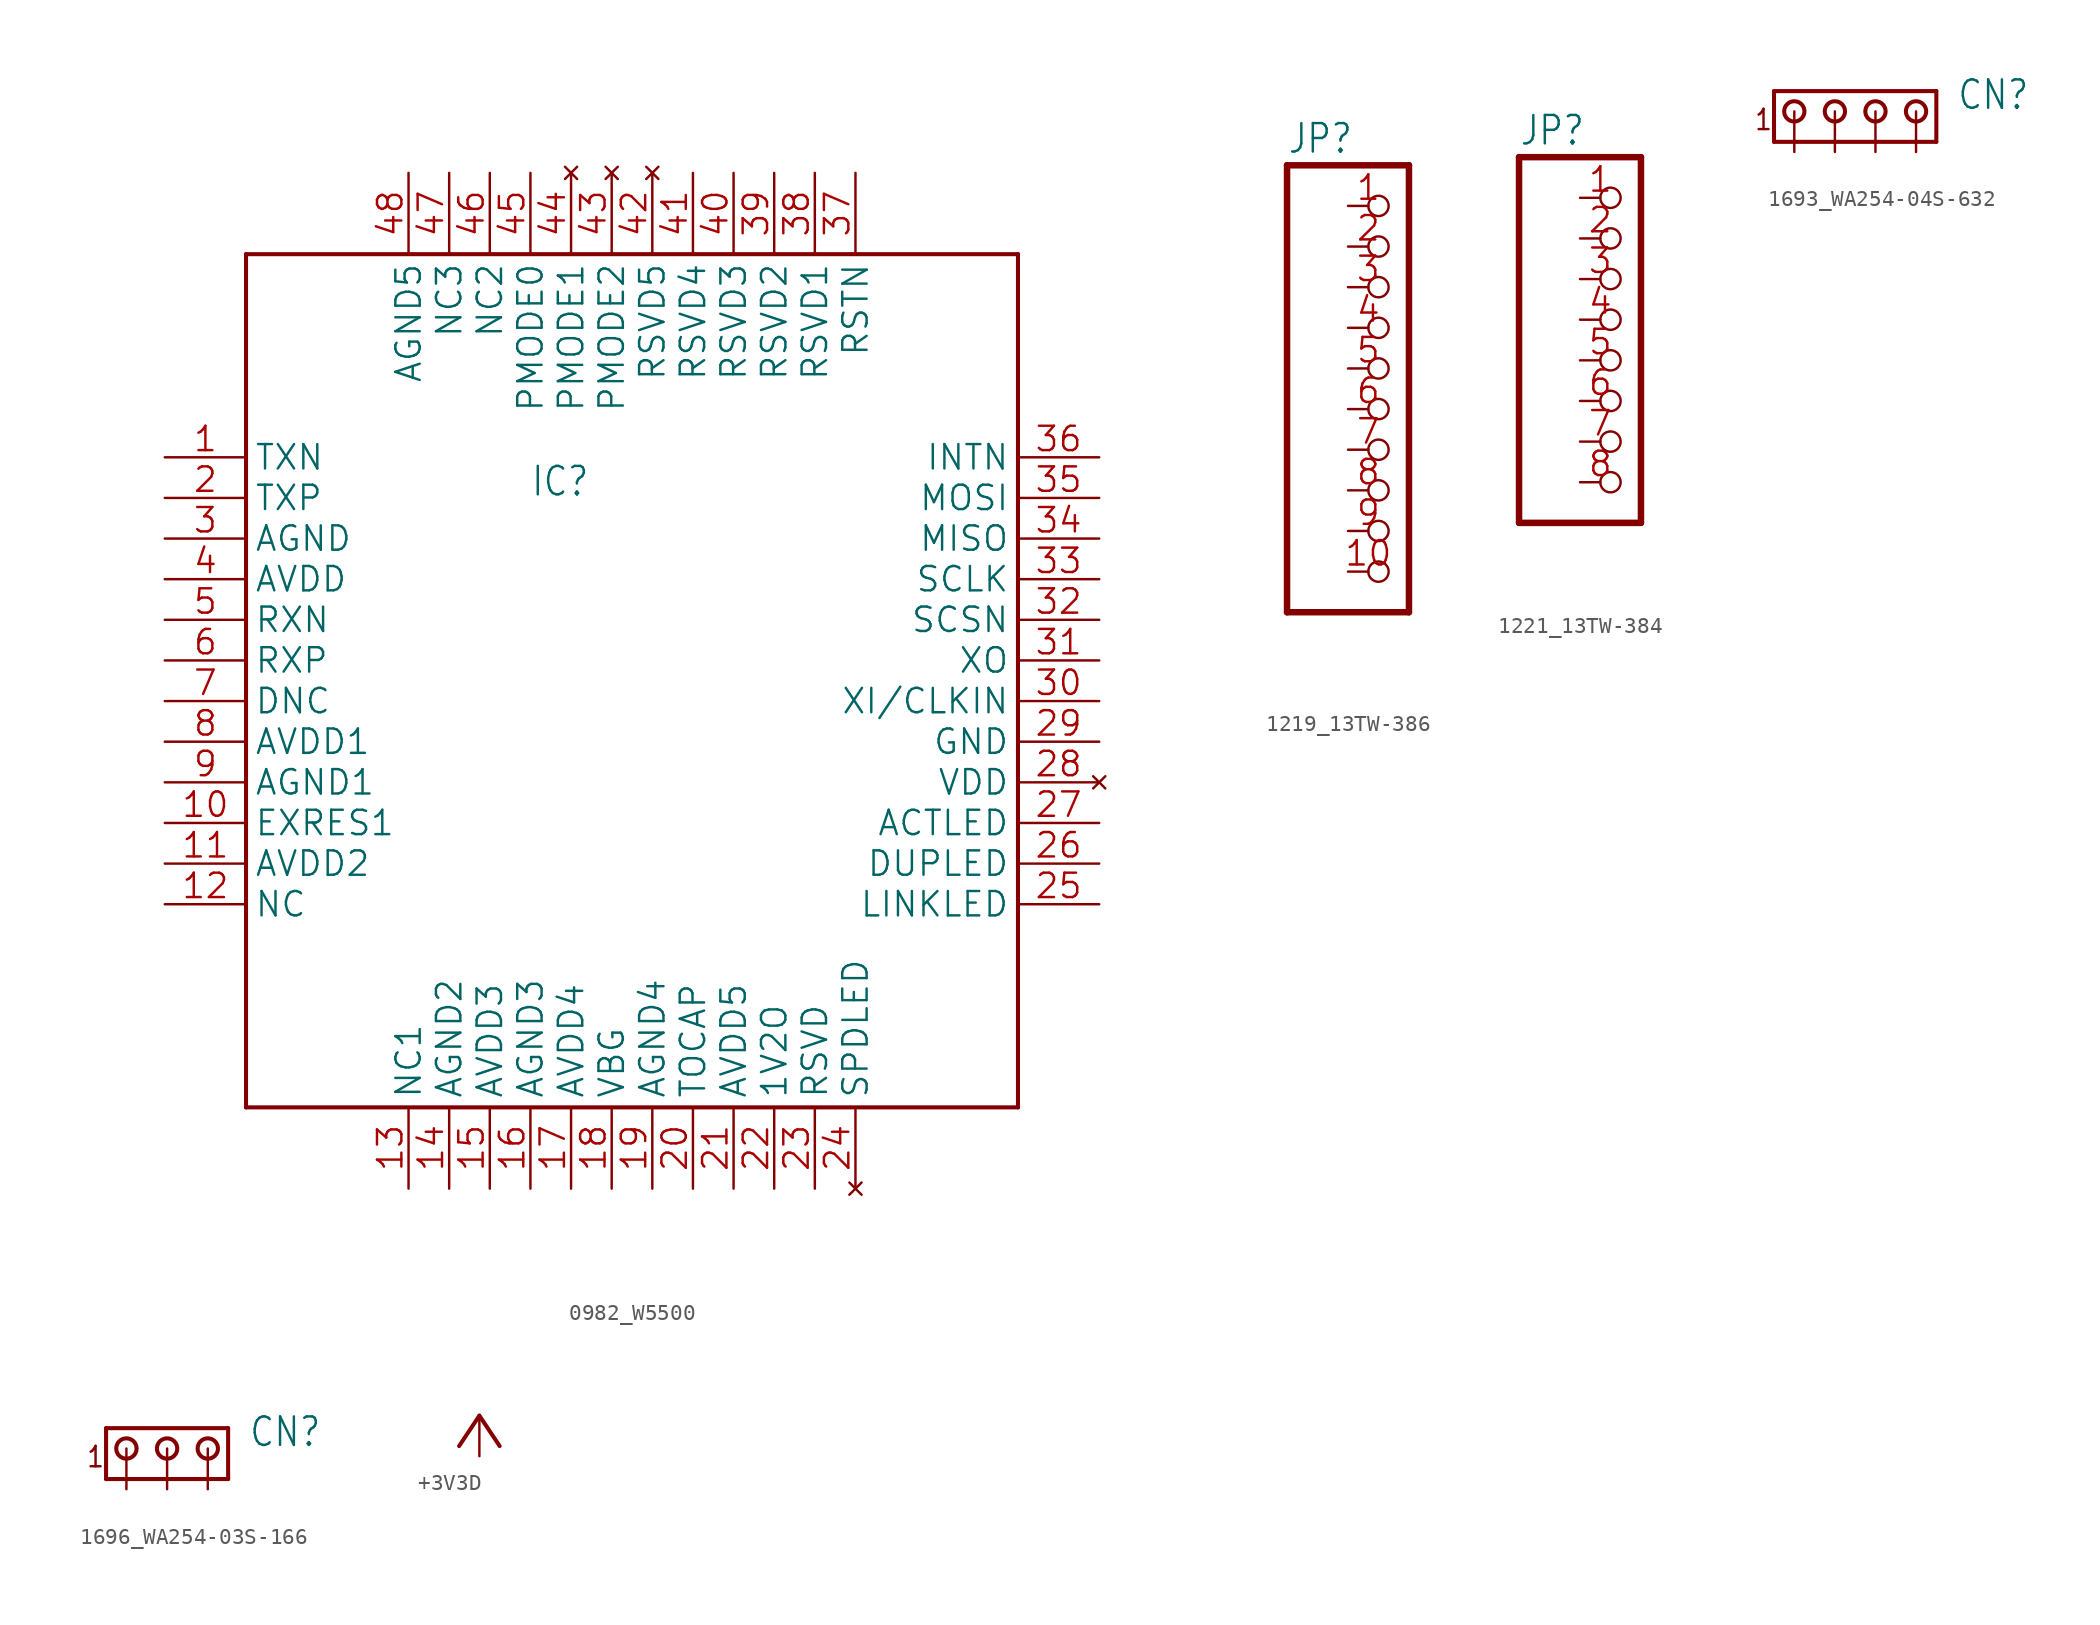
<source format=kicad_sym>
(kicad_symbol_lib
  (version 20241209)
  (generator "kicad_symbol_editor")
  (generator_version "9.0")
  (symbol "0982_W5500"
    (property "Reference" "IC"
      (at -7.62 10.16 0)
      (effects (font (size 1.778 1.511)) (justify left bottom)))
    (property "Value" ""
      (at -7.62 2.54 0)
      (effects (font (size 1.778 1.511)) (justify left bottom)))
    (property "ki_locked" ""
      (at 0 0 0)
      (effects (font (size 1.27 1.27))))
    (symbol "0982_W5500_1_0"
      (polyline (pts (xy -25.4 25.4) (xy 22.86 25.4)) (stroke (width 0.254) (type solid)) (fill (type none)))
      (polyline (pts (xy -25.4 -27.94) (xy -25.4 25.4)) (stroke (width 0.254) (type solid)) (fill (type none)))
      (polyline (pts (xy 22.86 25.4) (xy 22.86 -27.94)) (stroke (width 0.254) (type solid)) (fill (type none)))
      (polyline (pts (xy 22.86 -27.94) (xy -25.4 -27.94)) (stroke (width 0.254) (type solid)) (fill (type none)))
      (pin input line (at -30.48 12.7 0) (length 5.08) (name "TXN" (effects (font (size 1.524 1.524)))) (number "1" (effects (font (size 1.524 1.524)))))
      (pin input line (at -30.48 10.16 0) (length 5.08) (name "TXP" (effects (font (size 1.524 1.524)))) (number "2" (effects (font (size 1.524 1.524)))))
      (pin input line (at -30.48 7.62 0) (length 5.08) (name "AGND" (effects (font (size 1.524 1.524)))) (number "3" (effects (font (size 1.524 1.524)))))
      (pin input line (at -30.48 5.08 0) (length 5.08) (name "AVDD" (effects (font (size 1.524 1.524)))) (number "4" (effects (font (size 1.524 1.524)))))
      (pin input line (at -30.48 2.54 0) (length 5.08) (name "RXN" (effects (font (size 1.524 1.524)))) (number "5" (effects (font (size 1.524 1.524)))))
      (pin input line (at -30.48 0 0) (length 5.08) (name "RXP" (effects (font (size 1.524 1.524)))) (number "6" (effects (font (size 1.524 1.524)))))
      (pin output line (at -30.48 -2.54 0) (length 5.08) (name "DNC" (effects (font (size 1.524 1.524)))) (number "7" (effects (font (size 1.524 1.524)))))
      (pin input line (at -30.48 -5.08 0) (length 5.08) (name "AVDD1" (effects (font (size 1.524 1.524)))) (number "8" (effects (font (size 1.524 1.524)))))
      (pin input line (at -30.48 -7.62 0) (length 5.08) (name "AGND1" (effects (font (size 1.524 1.524)))) (number "9" (effects (font (size 1.524 1.524)))))
      (pin input line (at -30.48 -10.16 0) (length 5.08) (name "EXRES1" (effects (font (size 1.524 1.524)))) (number "10" (effects (font (size 1.524 1.524)))))
      (pin input line (at -30.48 -12.7 0) (length 5.08) (name "AVDD2" (effects (font (size 1.524 1.524)))) (number "11" (effects (font (size 1.524 1.524)))))
      (pin power_in line (at -30.48 -15.24 0) (length 5.08) (name "NC" (effects (font (size 1.524 1.524)))) (number "12" (effects (font (size 1.524 1.524)))))
      (pin input line (at -15.24 30.48 270) (length 5.08) (name "AGND5" (effects (font (size 1.524 1.524)))) (number "48" (effects (font (size 1.524 1.524)))))
      (pin input line (at -15.24 -33.02 90) (length 5.08) (name "NC1" (effects (font (size 1.524 1.524)))) (number "13" (effects (font (size 1.524 1.524)))))
      (pin input line (at -12.7 30.48 270) (length 5.08) (name "NC3" (effects (font (size 1.524 1.524)))) (number "47" (effects (font (size 1.524 1.524)))))
      (pin input line (at -12.7 -33.02 90) (length 5.08) (name "AGND2" (effects (font (size 1.524 1.524)))) (number "14" (effects (font (size 1.524 1.524)))))
      (pin input line (at -10.16 30.48 270) (length 5.08) (name "NC2" (effects (font (size 1.524 1.524)))) (number "46" (effects (font (size 1.524 1.524)))))
      (pin output line (at -10.16 -33.02 90) (length 5.08) (name "AVDD3" (effects (font (size 1.524 1.524)))) (number "15" (effects (font (size 1.524 1.524)))))
      (pin input line (at -7.62 30.48 270) (length 5.08) (name "PMODE0" (effects (font (size 1.524 1.524)))) (number "45" (effects (font (size 1.524 1.524)))))
      (pin output line (at -7.62 -33.02 90) (length 5.08) (name "AGND3" (effects (font (size 1.524 1.524)))) (number "16" (effects (font (size 1.524 1.524)))))
      (pin no_connect line (at -5.08 30.48 270) (length 5.08) (name "PMODE1" (effects (font (size 1.524 1.524)))) (number "44" (effects (font (size 1.524 1.524)))))
      (pin output line (at -5.08 -33.02 90) (length 5.08) (name "AVDD4" (effects (font (size 1.524 1.524)))) (number "17" (effects (font (size 1.524 1.524)))))
      (pin no_connect line (at -2.54 30.48 270) (length 5.08) (name "PMODE2" (effects (font (size 1.524 1.524)))) (number "43" (effects (font (size 1.524 1.524)))))
      (pin input line (at -2.54 -33.02 90) (length 5.08) (name "VBG" (effects (font (size 1.524 1.524)))) (number "18" (effects (font (size 1.524 1.524)))))
      (pin no_connect line (at 0 30.48 270) (length 5.08) (name "RSVD5" (effects (font (size 1.524 1.524)))) (number "42" (effects (font (size 1.524 1.524)))))
      (pin input line (at 0 -33.02 90) (length 5.08) (name "AGND4" (effects (font (size 1.524 1.524)))) (number "19" (effects (font (size 1.524 1.524)))))
      (pin input line (at 2.54 30.48 270) (length 5.08) (name "RSVD4" (effects (font (size 1.524 1.524)))) (number "41" (effects (font (size 1.524 1.524)))))
      (pin power_in line (at 2.54 -33.02 90) (length 5.08) (name "TOCAP" (effects (font (size 1.524 1.524)))) (number "20" (effects (font (size 1.524 1.524)))))
      (pin power_in line (at 5.08 30.48 270) (length 5.08) (name "RSVD3" (effects (font (size 1.524 1.524)))) (number "40" (effects (font (size 1.524 1.524)))))
      (pin power_in line (at 5.08 -33.02 90) (length 5.08) (name "AVDD5" (effects (font (size 1.524 1.524)))) (number "21" (effects (font (size 1.524 1.524)))))
      (pin power_in line (at 7.62 30.48 270) (length 5.08) (name "RSVD2" (effects (font (size 1.524 1.524)))) (number "39" (effects (font (size 1.524 1.524)))))
      (pin power_in line (at 7.62 -33.02 90) (length 5.08) (name "1V2O" (effects (font (size 1.524 1.524)))) (number "22" (effects (font (size 1.524 1.524)))))
      (pin power_in line (at 10.16 30.48 270) (length 5.08) (name "RSVD1" (effects (font (size 1.524 1.524)))) (number "38" (effects (font (size 1.524 1.524)))))
      (pin power_in line (at 10.16 -33.02 90) (length 5.08) (name "RSVD" (effects (font (size 1.524 1.524)))) (number "23" (effects (font (size 1.524 1.524)))))
      (pin power_in line (at 12.7 30.48 270) (length 5.08) (name "RSTN" (effects (font (size 1.524 1.524)))) (number "37" (effects (font (size 1.524 1.524)))))
      (pin no_connect line (at 12.7 -33.02 90) (length 5.08) (name "SPDLED" (effects (font (size 1.524 1.524)))) (number "24" (effects (font (size 1.524 1.524)))))
      (pin input line (at 27.94 12.7 180) (length 5.08) (name "INTN" (effects (font (size 1.524 1.524)))) (number "36" (effects (font (size 1.524 1.524)))))
      (pin power_in line (at 27.94 10.16 180) (length 5.08) (name "MOSI" (effects (font (size 1.524 1.524)))) (number "35" (effects (font (size 1.524 1.524)))))
      (pin power_in line (at 27.94 7.62 180) (length 5.08) (name "MISO" (effects (font (size 1.524 1.524)))) (number "34" (effects (font (size 1.524 1.524)))))
      (pin input line (at 27.94 5.08 180) (length 5.08) (name "SCLK" (effects (font (size 1.524 1.524)))) (number "33" (effects (font (size 1.524 1.524)))))
      (pin input line (at 27.94 2.54 180) (length 5.08) (name "SCSN" (effects (font (size 1.524 1.524)))) (number "32" (effects (font (size 1.524 1.524)))))
      (pin power_in line (at 27.94 0 180) (length 5.08) (name "XO" (effects (font (size 1.524 1.524)))) (number "31" (effects (font (size 1.524 1.524)))))
      (pin output line (at 27.94 -2.54 180) (length 5.08) (name "XI/CLKIN" (effects (font (size 1.524 1.524)))) (number "30" (effects (font (size 1.524 1.524)))))
      (pin output line (at 27.94 -5.08 180) (length 5.08) (name "GND" (effects (font (size 1.524 1.524)))) (number "29" (effects (font (size 1.524 1.524)))))
      (pin no_connect line (at 27.94 -7.62 180) (length 5.08) (name "VDD" (effects (font (size 1.524 1.524)))) (number "28" (effects (font (size 1.524 1.524)))))
      (pin power_in line (at 27.94 -10.16 180) (length 5.08) (name "ACTLED" (effects (font (size 1.524 1.524)))) (number "27" (effects (font (size 1.524 1.524)))))
      (pin power_in line (at 27.94 -12.7 180) (length 5.08) (name "DUPLED" (effects (font (size 1.524 1.524)))) (number "26" (effects (font (size 1.524 1.524)))))
      (pin power_in line (at 27.94 -15.24 180) (length 5.08) (name "LINKLED" (effects (font (size 1.524 1.524)))) (number "25" (effects (font (size 1.524 1.524)))))))
  (symbol "1219_13TW-386"
    (property "Reference" "JP"
      (at -6.35 13.335 0)
      (effects (font (size 1.778 1.511)) (justify left bottom)))
    (property "Value" ""
      (at -6.35 -17.78 0)
      (effects (font (size 1.778 1.511)) (justify left bottom)))
    (property "ki_locked" ""
      (at 0 0 0)
      (effects (font (size 1.27 1.27))))
    (symbol "1219_13TW-386_1_0"
      (polyline (pts (xy -6.35 12.7) (xy -6.35 -15.24)) (stroke (width 0.406) (type solid)) (fill (type none)))
      (polyline (pts (xy -6.35 -15.24) (xy 1.27 -15.24)) (stroke (width 0.406) (type solid)) (fill (type none)))
      (polyline (pts (xy 1.27 12.7) (xy -6.35 12.7)) (stroke (width 0.406) (type solid)) (fill (type none)))
      (polyline (pts (xy 1.27 -15.24) (xy 1.27 12.7)) (stroke (width 0.406) (type solid)) (fill (type none)))
      (pin passive inverted (at -2.54 10.16 0) (length 2.54) (name "1" (effects (font (size 0 0)))) (number "1" (effects (font (size 1.524 1.524)))))
      (pin passive inverted (at -2.54 7.62 0) (length 2.54) (name "2" (effects (font (size 0 0)))) (number "2" (effects (font (size 1.524 1.524)))))
      (pin passive inverted (at -2.54 5.08 0) (length 2.54) (name "3" (effects (font (size 0 0)))) (number "3" (effects (font (size 1.524 1.524)))))
      (pin passive inverted (at -2.54 2.54 0) (length 2.54) (name "4" (effects (font (size 0 0)))) (number "4" (effects (font (size 1.524 1.524)))))
      (pin passive inverted (at -2.54 0 0) (length 2.54) (name "5" (effects (font (size 0 0)))) (number "5" (effects (font (size 1.524 1.524)))))
      (pin passive inverted (at -2.54 -2.54 0) (length 2.54) (name "6" (effects (font (size 0 0)))) (number "6" (effects (font (size 1.524 1.524)))))
      (pin passive inverted (at -2.54 -5.08 0) (length 2.54) (name "7" (effects (font (size 0 0)))) (number "7" (effects (font (size 1.524 1.524)))))
      (pin passive inverted (at -2.54 -7.62 0) (length 2.54) (name "8" (effects (font (size 0 0)))) (number "8" (effects (font (size 1.524 1.524)))))
      (pin passive inverted (at -2.54 -10.16 0) (length 2.54) (name "9" (effects (font (size 0 0)))) (number "9" (effects (font (size 1.524 1.524)))))
      (pin passive inverted (at -2.54 -12.7 0) (length 2.54) (name "10" (effects (font (size 0 0)))) (number "10" (effects (font (size 1.524 1.524)))))))
  (symbol "1221_13TW-384"
    (property "Reference" "JP"
      (at -6.35 13.335 0)
      (effects (font (size 1.778 1.511)) (justify left bottom)))
    (property "Value" ""
      (at -6.35 -12.7 0)
      (effects (font (size 1.778 1.511)) (justify left bottom)))
    (property "ki_locked" ""
      (at 0 0 0)
      (effects (font (size 1.27 1.27))))
    (symbol "1221_13TW-384_1_0"
      (polyline (pts (xy -6.35 12.7) (xy -6.35 -10.16)) (stroke (width 0.406) (type solid)) (fill (type none)))
      (polyline (pts (xy -6.35 -10.16) (xy 1.27 -10.16)) (stroke (width 0.406) (type solid)) (fill (type none)))
      (polyline (pts (xy 1.27 12.7) (xy -6.35 12.7)) (stroke (width 0.406) (type solid)) (fill (type none)))
      (polyline (pts (xy 1.27 -10.16) (xy 1.27 12.7)) (stroke (width 0.406) (type solid)) (fill (type none)))
      (pin passive inverted (at -2.54 10.16 0) (length 2.54) (name "1" (effects (font (size 0 0)))) (number "1" (effects (font (size 1.524 1.524)))))
      (pin passive inverted (at -2.54 7.62 0) (length 2.54) (name "2" (effects (font (size 0 0)))) (number "2" (effects (font (size 1.524 1.524)))))
      (pin passive inverted (at -2.54 5.08 0) (length 2.54) (name "3" (effects (font (size 0 0)))) (number "3" (effects (font (size 1.524 1.524)))))
      (pin passive inverted (at -2.54 2.54 0) (length 2.54) (name "4" (effects (font (size 0 0)))) (number "4" (effects (font (size 1.524 1.524)))))
      (pin passive inverted (at -2.54 0 0) (length 2.54) (name "5" (effects (font (size 0 0)))) (number "5" (effects (font (size 1.524 1.524)))))
      (pin passive inverted (at -2.54 -2.54 0) (length 2.54) (name "6" (effects (font (size 0 0)))) (number "6" (effects (font (size 1.524 1.524)))))
      (pin passive inverted (at -2.54 -5.08 0) (length 2.54) (name "7" (effects (font (size 0 0)))) (number "7" (effects (font (size 1.524 1.524)))))
      (pin passive inverted (at -2.54 -7.62 0) (length 2.54) (name "8" (effects (font (size 0 0)))) (number "8" (effects (font (size 1.524 1.524)))))))
  (symbol "1693_WA254-04S-632"
    (property "Reference" "CN"
      (at 7.62 0 0)
      (effects (font (size 1.778 1.511)) (justify left bottom)))
    (property "Value" ""
      (at 7.62 -3.81 0)
      (effects (font (size 1.778 1.511)) (justify left bottom)))
    (property "ki_locked" ""
      (at 0 0 0)
      (effects (font (size 1.27 1.27))))
    (symbol "1693_WA254-04S-632_1_0"
      (polyline (pts (xy -3.81 1.27) (xy -3.81 -1.905)) (stroke (width 0.254) (type solid)) (fill (type none)))
      (polyline (pts (xy -3.81 1.27) (xy 6.35 1.27)) (stroke (width 0.254) (type solid)) (fill (type none)))
      (circle (center -2.54 0) (radius 0.635) (stroke (width 0.254) (type solid)) (fill (type none)))
      (circle (center 0 0) (radius 0.635) (stroke (width 0.254) (type solid)) (fill (type none)))
      (circle (center 2.54 0) (radius 0.635) (stroke (width 0.254) (type solid)) (fill (type none)))
      (circle (center 5.08 0) (radius 0.635) (stroke (width 0.254) (type solid)) (fill (type none)))
      (polyline (pts (xy 6.35 -1.905) (xy -3.81 -1.905)) (stroke (width 0.254) (type solid)) (fill (type none)))
      (polyline (pts (xy 6.35 -1.905) (xy 6.35 1.27)) (stroke (width 0.254) (type solid)) (fill (type none)))
      (text "1" (at -5.08 -1.27 0) (effects (font (size 1.27 1.079)) (justify left bottom)))
      (pin passive line (at -2.54 -2.54 90) (length 2.54) (name "1" (effects (font (size 0 0)))) (number "1" (effects (font (size 0 0)))))
      (pin passive line (at 0 -2.54 90) (length 2.54) (name "2" (effects (font (size 0 0)))) (number "2" (effects (font (size 0 0)))))
      (pin passive line (at 2.54 -2.54 90) (length 2.54) (name "3" (effects (font (size 0 0)))) (number "3" (effects (font (size 0 0)))))
      (pin passive line (at 5.08 -2.54 90) (length 2.54) (name "4" (effects (font (size 0 0)))) (number "4" (effects (font (size 0 0)))))))
  (symbol "1696_WA254-03S-166"
    (property "Reference" "CN"
      (at 5.08 0 0)
      (effects (font (size 1.778 1.511)) (justify left bottom)))
    (property "Value" ""
      (at 5.08 -3.81 0)
      (effects (font (size 1.778 1.511)) (justify left bottom)))
    (property "ki_locked" ""
      (at 0 0 0)
      (effects (font (size 1.27 1.27))))
    (symbol "1696_WA254-03S-166_1_0"
      (polyline (pts (xy -3.81 1.27) (xy -3.81 -1.905)) (stroke (width 0.254) (type solid)) (fill (type none)))
      (polyline (pts (xy -3.81 1.27) (xy 3.81 1.27)) (stroke (width 0.254) (type solid)) (fill (type none)))
      (circle (center -2.54 0) (radius 0.635) (stroke (width 0.254) (type solid)) (fill (type none)))
      (circle (center 0 0) (radius 0.635) (stroke (width 0.254) (type solid)) (fill (type none)))
      (circle (center 2.54 0) (radius 0.635) (stroke (width 0.254) (type solid)) (fill (type none)))
      (polyline (pts (xy 3.81 -1.905) (xy -3.81 -1.905)) (stroke (width 0.254) (type solid)) (fill (type none)))
      (polyline (pts (xy 3.81 -1.905) (xy 3.81 1.27)) (stroke (width 0.254) (type solid)) (fill (type none)))
      (text "1" (at -5.08 -1.27 0) (effects (font (size 1.27 1.079)) (justify left bottom)))
      (pin passive line (at -2.54 -2.54 90) (length 2.54) (name "1" (effects (font (size 0 0)))) (number "1" (effects (font (size 0 0)))))
      (pin passive line (at 0 -2.54 90) (length 2.54) (name "2" (effects (font (size 0 0)))) (number "2" (effects (font (size 0 0)))))
      (pin passive line (at 2.54 -2.54 90) (length 2.54) (name "3" (effects (font (size 0 0)))) (number "3" (effects (font (size 0 0)))))))
  (symbol "+3V3D"
    (power)
    (property "Reference" "#+3V3D"
      (at 0 0 0)
      (effects (font (size 1.27 1.27)) (hide yes)))
    (property "Value" ""
      (at -5.08 2.54 0)
      (effects (font (size 1.778 1.511)) (justify left bottom)))
    (property "ki_locked" ""
      (at 0 0 0)
      (effects (font (size 1.27 1.27))))
    (symbol "+3V3D_1_0"
      (polyline (pts (xy 0 2.54) (xy -1.27 0.635)) (stroke (width 0.254) (type solid)) (fill (type none)))
      (polyline (pts (xy 1.27 0.635) (xy 0 2.54)) (stroke (width 0.254) (type solid)) (fill (type none)))
      (pin power_in line (at 0 0 90) (length 2.54) (name "+3V3D" (effects (font (size 0 0)))) (number "1" (effects (font (size 0 0))))))))
</source>
